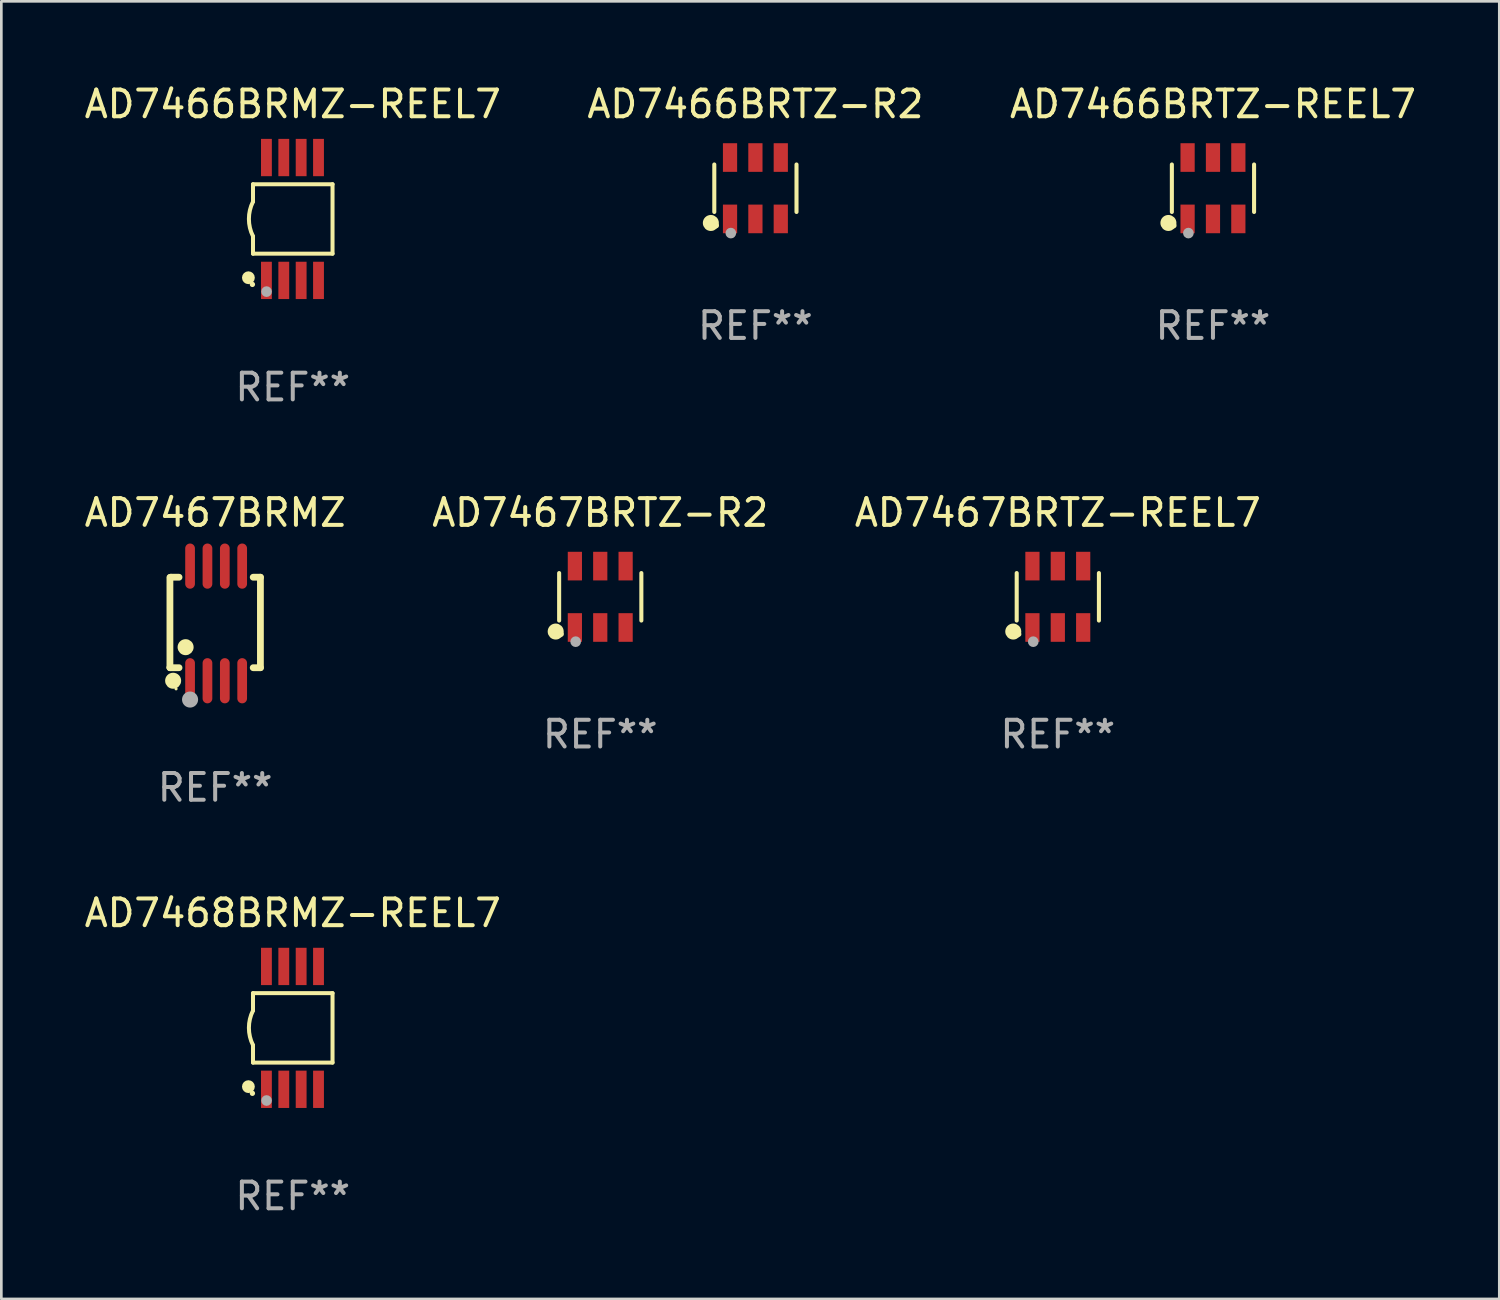
<source format=kicad_pcb>
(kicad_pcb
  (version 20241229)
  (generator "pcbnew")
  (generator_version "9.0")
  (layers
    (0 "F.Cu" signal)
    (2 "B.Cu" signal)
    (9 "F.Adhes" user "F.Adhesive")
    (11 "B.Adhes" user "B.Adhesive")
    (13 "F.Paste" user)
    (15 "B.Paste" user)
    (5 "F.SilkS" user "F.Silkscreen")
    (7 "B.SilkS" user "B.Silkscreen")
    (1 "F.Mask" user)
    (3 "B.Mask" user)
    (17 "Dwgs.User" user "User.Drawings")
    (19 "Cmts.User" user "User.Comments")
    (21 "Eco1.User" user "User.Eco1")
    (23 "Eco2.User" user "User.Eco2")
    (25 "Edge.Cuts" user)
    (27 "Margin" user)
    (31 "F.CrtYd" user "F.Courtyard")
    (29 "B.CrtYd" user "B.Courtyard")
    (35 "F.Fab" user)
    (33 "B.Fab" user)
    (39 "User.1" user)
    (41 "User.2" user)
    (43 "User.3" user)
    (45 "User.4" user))
  (footprint "AD7466BRTZ-R2"
    (layer "F.Cu")
    (at 25.232 3.997)
    (property "Reference" "AD7466BRTZ-R2" (at 0 -3.149 0) (layer "F.SilkS") (effects (font (size 1 1) (thickness 0.15))))
    (attr through_hole)
    (fp_line (start -1.539 0.889) (end -1.539 -0.889) (stroke (width 0.152) (type solid)) (layer "F.SilkS"))
    (fp_line (start 1.539 0.889) (end 1.539 -0.889) (stroke (width 0.152) (type solid)) (layer "F.SilkS"))
    (fp_circle (center -1.668 1.301) (end -1.518 1.301) (stroke (width 0.3) (type solid)) (fill no) (layer "F.SilkS"))
    (fp_circle (center -1.463 1.4) (end -1.413 1.4) (stroke (width 0.1) (type solid)) (fill no) (layer "F.SilkS"))
    (fp_circle (center -0.92 1.68) (end -0.82 1.68) (stroke (width 0.2) (type solid)) (fill no) (layer "F.Fab"))
    (fp_text user "REF**" (at 0 5.149 0) (layer "F.Fab") (effects (font (size 1 1) (thickness 0.15))))
    (pad "1" smd rect (at -0.95 1.149) (size 0.532 1.072) (layers "F.Cu" "F.Mask" "F.Paste"))
    (pad "2" smd rect (at 0 1.149) (size 0.532 1.072) (layers "F.Cu" "F.Mask" "F.Paste"))
    (pad "3" smd rect (at 0.95 1.149) (size 0.532 1.072) (layers "F.Cu" "F.Mask" "F.Paste"))
    (pad "4" smd rect (at 0.95 -1.149) (size 0.532 1.072) (layers "F.Cu" "F.Mask" "F.Paste"))
    (pad "5" smd rect (at 0 -1.149) (size 0.532 1.072) (layers "F.Cu" "F.Mask" "F.Paste"))
    (pad "6" smd rect (at -0.95 -1.149) (size 0.532 1.072) (layers "F.Cu" "F.Mask" "F.Paste")))
  (footprint "AD7467BRMZ"
    (layer "F.Cu")
    (at 5.006 20.291)
    (property "Reference" "AD7467BRMZ" (at 0 -4.146 0) (layer "F.SilkS") (effects (font (size 1 1) (thickness 0.15))))
    (attr through_hole)
    (fp_line (start -1.694 -1.724) (end -1.694 1.652) (stroke (width 0.254) (type solid)) (layer "F.SilkS"))
    (fp_line (start -1.694 1.652) (end -1.688 1.658) (stroke (width 0.254) (type solid)) (layer "F.SilkS"))
    (fp_line (start -1.688 1.658) (end -1.353 1.658) (stroke (width 0.254) (type solid)) (layer "F.SilkS"))
    (fp_line (start -1.661 -1.73) (end -1.681 -1.71) (stroke (width 0.254) (type solid)) (layer "F.SilkS"))
    (fp_line (start -1.353 -1.73) (end -1.661 -1.73) (stroke (width 0.254) (type solid)) (layer "F.SilkS"))
    (fp_line (start 1.424 1.658) (end 1.694 1.658) (stroke (width 0.254) (type solid)) (layer "F.SilkS"))
    (fp_line (start 1.694 -1.73) (end 1.424 -1.73) (stroke (width 0.254) (type solid)) (layer "F.SilkS"))
    (fp_line (start 1.694 1.658) (end 1.694 -1.73) (stroke (width 0.254) (type solid)) (layer "F.SilkS"))
    (fp_circle (center -1.574 2.146) (end -1.424 2.146) (stroke (width 0.3) (type solid)) (fill no) (layer "F.SilkS"))
    (fp_circle (center -1.464 2.45) (end -1.434 2.45) (stroke (width 0.06) (type solid)) (fill no) (layer "F.SilkS"))
    (fp_circle (center -1.107 0.889) (end -0.957 0.889) (stroke (width 0.3) (type solid)) (fill no) (layer "F.SilkS"))
    (fp_circle (center -0.94 2.85) (end -0.789 2.85) (stroke (width 0.3) (type solid)) (fill no) (layer "F.Fab"))
    (fp_text user "REF**" (at 0 6.146 0) (layer "F.Fab") (effects (font (size 1 1) (thickness 0.15))))
    (pad "1" smd oval (at -0.94 2.146) (size 0.364 1.692) (layers "F.Cu" "F.Mask" "F.Paste"))
    (pad "2" smd oval (at -0.289 2.146) (size 0.364 1.692) (layers "F.Cu" "F.Mask" "F.Paste"))
    (pad "3" smd oval (at 0.361 2.146) (size 0.364 1.692) (layers "F.Cu" "F.Mask" "F.Paste"))
    (pad "4" smd oval (at 1.011 2.146) (size 0.364 1.692) (layers "F.Cu" "F.Mask" "F.Paste"))
    (pad "5" smd oval (at 1.011 -2.146) (size 0.364 1.692) (layers "F.Cu" "F.Mask" "F.Paste"))
    (pad "6" smd oval (at 0.361 -2.146) (size 0.364 1.692) (layers "F.Cu" "F.Mask" "F.Paste"))
    (pad "7" smd oval (at -0.289 -2.146) (size 0.364 1.692) (layers "F.Cu" "F.Mask" "F.Paste"))
    (pad "8" smd oval (at -0.94 -2.146) (size 0.364 1.692) (layers "F.Cu" "F.Mask" "F.Paste")))
  (footprint "AD7466BRTZ-REEL7"
    (layer "F.Cu")
    (at 42.363 3.997)
    (property "Reference" "AD7466BRTZ-REEL7" (at 0 -3.149 0) (layer "F.SilkS") (effects (font (size 1 1) (thickness 0.15))))
    (attr through_hole)
    (fp_line (start -1.539 0.889) (end -1.539 -0.889) (stroke (width 0.152) (type solid)) (layer "F.SilkS"))
    (fp_line (start 1.539 0.889) (end 1.539 -0.889) (stroke (width 0.152) (type solid)) (layer "F.SilkS"))
    (fp_circle (center -1.668 1.301) (end -1.518 1.301) (stroke (width 0.3) (type solid)) (fill no) (layer "F.SilkS"))
    (fp_circle (center -1.463 1.4) (end -1.413 1.4) (stroke (width 0.1) (type solid)) (fill no) (layer "F.SilkS"))
    (fp_circle (center -0.92 1.68) (end -0.82 1.68) (stroke (width 0.2) (type solid)) (fill no) (layer "F.Fab"))
    (fp_text user "REF**" (at 0 5.149 0) (layer "F.Fab") (effects (font (size 1 1) (thickness 0.15))))
    (pad "1" smd rect (at -0.95 1.149) (size 0.532 1.072) (layers "F.Cu" "F.Mask" "F.Paste"))
    (pad "2" smd rect (at 0 1.149) (size 0.532 1.072) (layers "F.Cu" "F.Mask" "F.Paste"))
    (pad "3" smd rect (at 0.95 1.149) (size 0.532 1.072) (layers "F.Cu" "F.Mask" "F.Paste"))
    (pad "4" smd rect (at 0.95 -1.149) (size 0.532 1.072) (layers "F.Cu" "F.Mask" "F.Paste"))
    (pad "5" smd rect (at 0 -1.149) (size 0.532 1.072) (layers "F.Cu" "F.Mask" "F.Paste"))
    (pad "6" smd rect (at -0.95 -1.149) (size 0.532 1.072) (layers "F.Cu" "F.Mask" "F.Paste")))
  (footprint "AD7468BRMZ-REEL7"
    (layer "F.Cu")
    (at 7.911 35.433)
    (property "Reference" "AD7468BRMZ-REEL7" (at 0 -4.3 0) (layer "F.SilkS") (effects (font (size 1 1) (thickness 0.15))))
    (attr through_hole)
    (fp_line (start -1.489 -1.3) (end -1.489 -0.648) (stroke (width 0.15) (type solid)) (layer "F.SilkS"))
    (fp_line (start -1.489 0.648) (end -1.489 1.3) (stroke (width 0.15) (type solid)) (layer "F.SilkS"))
    (fp_line (start -1.489 1.3) (end 1.489 1.3) (stroke (width 0.15) (type solid)) (layer "F.SilkS"))
    (fp_line (start 1.489 -1.3) (end -1.489 -1.3) (stroke (width 0.15) (type solid)) (layer "F.SilkS"))
    (fp_line (start 1.489 1.3) (end 1.489 -1.3) (stroke (width 0.15) (type solid)) (layer "F.SilkS"))
    (fp_arc (start -1.489205 0.647702) (mid -1.642107 0) (end -1.489205 -0.647701) (stroke (width 0.150013) (type solid)) (layer "F.SilkS"))
    (fp_circle (center -1.661 2.2) (end -1.541 2.2) (stroke (width 0.24) (type solid)) (fill no) (layer "F.SilkS"))
    (fp_circle (center -1.511 2.45) (end -1.461 2.45) (stroke (width 0.1) (type solid)) (fill no) (layer "F.SilkS"))
    (fp_circle (center -0.981 2.72) (end -0.881 2.72) (stroke (width 0.2) (type solid)) (fill no) (layer "F.Fab"))
    (fp_text user "REF**" (at 0 6.3 0) (layer "F.Fab") (effects (font (size 1 1) (thickness 0.15))))
    (pad "1" smd rect (at -0.986 2.3) (size 0.406 1.397) (layers "F.Cu" "F.Mask" "F.Paste"))
    (pad "2" smd rect (at -0.336 2.3) (size 0.406 1.397) (layers "F.Cu" "F.Mask" "F.Paste"))
    (pad "3" smd rect (at 0.314 2.3) (size 0.406 1.397) (layers "F.Cu" "F.Mask" "F.Paste"))
    (pad "4" smd rect (at 0.964 2.3) (size 0.406 1.397) (layers "F.Cu" "F.Mask" "F.Paste"))
    (pad "5" smd rect (at 0.964 -2.3) (size 0.406 1.397) (layers "F.Cu" "F.Mask" "F.Paste"))
    (pad "6" smd rect (at 0.314 -2.3) (size 0.406 1.397) (layers "F.Cu" "F.Mask" "F.Paste"))
    (pad "7" smd rect (at -0.336 -2.3) (size 0.406 1.397) (layers "F.Cu" "F.Mask" "F.Paste"))
    (pad "8" smd rect (at -0.986 -2.3) (size 0.406 1.397) (layers "F.Cu" "F.Mask" "F.Paste")))
  (footprint "AD7467BRTZ-R2"
    (layer "F.Cu")
    (at 19.423 19.294)
    (property "Reference" "AD7467BRTZ-R2" (at 0 -3.149 0) (layer "F.SilkS") (effects (font (size 1 1) (thickness 0.15))))
    (attr through_hole)
    (fp_line (start -1.539 0.889) (end -1.539 -0.889) (stroke (width 0.152) (type solid)) (layer "F.SilkS"))
    (fp_line (start 1.539 0.889) (end 1.539 -0.889) (stroke (width 0.152) (type solid)) (layer "F.SilkS"))
    (fp_circle (center -1.668 1.301) (end -1.518 1.301) (stroke (width 0.3) (type solid)) (fill no) (layer "F.SilkS"))
    (fp_circle (center -1.463 1.4) (end -1.413 1.4) (stroke (width 0.1) (type solid)) (fill no) (layer "F.SilkS"))
    (fp_circle (center -0.92 1.68) (end -0.82 1.68) (stroke (width 0.2) (type solid)) (fill no) (layer "F.Fab"))
    (fp_text user "REF**" (at 0 5.149 0) (layer "F.Fab") (effects (font (size 1 1) (thickness 0.15))))
    (pad "1" smd rect (at -0.95 1.149) (size 0.532 1.072) (layers "F.Cu" "F.Mask" "F.Paste"))
    (pad "2" smd rect (at 0 1.149) (size 0.532 1.072) (layers "F.Cu" "F.Mask" "F.Paste"))
    (pad "3" smd rect (at 0.95 1.149) (size 0.532 1.072) (layers "F.Cu" "F.Mask" "F.Paste"))
    (pad "4" smd rect (at 0.95 -1.149) (size 0.532 1.072) (layers "F.Cu" "F.Mask" "F.Paste"))
    (pad "5" smd rect (at 0 -1.149) (size 0.532 1.072) (layers "F.Cu" "F.Mask" "F.Paste"))
    (pad "6" smd rect (at -0.95 -1.149) (size 0.532 1.072) (layers "F.Cu" "F.Mask" "F.Paste")))
  (footprint "AD7467BRTZ-REEL7"
    (layer "F.Cu")
    (at 36.554 19.294)
    (property "Reference" "AD7467BRTZ-REEL7" (at 0 -3.149 0) (layer "F.SilkS") (effects (font (size 1 1) (thickness 0.15))))
    (attr through_hole)
    (fp_line (start -1.539 0.889) (end -1.539 -0.889) (stroke (width 0.152) (type solid)) (layer "F.SilkS"))
    (fp_line (start 1.539 0.889) (end 1.539 -0.889) (stroke (width 0.152) (type solid)) (layer "F.SilkS"))
    (fp_circle (center -1.668 1.301) (end -1.518 1.301) (stroke (width 0.3) (type solid)) (fill no) (layer "F.SilkS"))
    (fp_circle (center -1.463 1.4) (end -1.413 1.4) (stroke (width 0.1) (type solid)) (fill no) (layer "F.SilkS"))
    (fp_circle (center -0.92 1.68) (end -0.82 1.68) (stroke (width 0.2) (type solid)) (fill no) (layer "F.Fab"))
    (fp_text user "REF**" (at 0 5.149 0) (layer "F.Fab") (effects (font (size 1 1) (thickness 0.15))))
    (pad "1" smd rect (at -0.95 1.149) (size 0.532 1.072) (layers "F.Cu" "F.Mask" "F.Paste"))
    (pad "2" smd rect (at 0 1.149) (size 0.532 1.072) (layers "F.Cu" "F.Mask" "F.Paste"))
    (pad "3" smd rect (at 0.95 1.149) (size 0.532 1.072) (layers "F.Cu" "F.Mask" "F.Paste"))
    (pad "4" smd rect (at 0.95 -1.149) (size 0.532 1.072) (layers "F.Cu" "F.Mask" "F.Paste"))
    (pad "5" smd rect (at 0 -1.149) (size 0.532 1.072) (layers "F.Cu" "F.Mask" "F.Paste"))
    (pad "6" smd rect (at -0.95 -1.149) (size 0.532 1.072) (layers "F.Cu" "F.Mask" "F.Paste")))
  (footprint "AD7466BRMZ-REEL7"
    (layer "F.Cu")
    (at 7.911 5.148)
    (property "Reference" "AD7466BRMZ-REEL7" (at 0 -4.3 0) (layer "F.SilkS") (effects (font (size 1 1) (thickness 0.15))))
    (attr through_hole)
    (fp_line (start -1.489 -1.3) (end -1.489 -0.648) (stroke (width 0.15) (type solid)) (layer "F.SilkS"))
    (fp_line (start -1.489 0.648) (end -1.489 1.3) (stroke (width 0.15) (type solid)) (layer "F.SilkS"))
    (fp_line (start -1.489 1.3) (end 1.489 1.3) (stroke (width 0.15) (type solid)) (layer "F.SilkS"))
    (fp_line (start 1.489 -1.3) (end -1.489 -1.3) (stroke (width 0.15) (type solid)) (layer "F.SilkS"))
    (fp_line (start 1.489 1.3) (end 1.489 -1.3) (stroke (width 0.15) (type solid)) (layer "F.SilkS"))
    (fp_arc (start -1.489205 0.647702) (mid -1.642107 0) (end -1.489205 -0.647701) (stroke (width 0.150013) (type solid)) (layer "F.SilkS"))
    (fp_circle (center -1.661 2.2) (end -1.541 2.2) (stroke (width 0.24) (type solid)) (fill no) (layer "F.SilkS"))
    (fp_circle (center -1.511 2.45) (end -1.461 2.45) (stroke (width 0.1) (type solid)) (fill no) (layer "F.SilkS"))
    (fp_circle (center -0.981 2.72) (end -0.881 2.72) (stroke (width 0.2) (type solid)) (fill no) (layer "F.Fab"))
    (fp_text user "REF**" (at 0 6.3 0) (layer "F.Fab") (effects (font (size 1 1) (thickness 0.15))))
    (pad "1" smd rect (at -0.986 2.3) (size 0.406 1.397) (layers "F.Cu" "F.Mask" "F.Paste"))
    (pad "2" smd rect (at -0.336 2.3) (size 0.406 1.397) (layers "F.Cu" "F.Mask" "F.Paste"))
    (pad "3" smd rect (at 0.314 2.3) (size 0.406 1.397) (layers "F.Cu" "F.Mask" "F.Paste"))
    (pad "4" smd rect (at 0.964 2.3) (size 0.406 1.397) (layers "F.Cu" "F.Mask" "F.Paste"))
    (pad "5" smd rect (at 0.964 -2.3) (size 0.406 1.397) (layers "F.Cu" "F.Mask" "F.Paste"))
    (pad "6" smd rect (at 0.314 -2.3) (size 0.406 1.397) (layers "F.Cu" "F.Mask" "F.Paste"))
    (pad "7" smd rect (at -0.336 -2.3) (size 0.406 1.397) (layers "F.Cu" "F.Mask" "F.Paste"))
    (pad "8" smd rect (at -0.986 -2.3) (size 0.406 1.397) (layers "F.Cu" "F.Mask" "F.Paste")))
  (gr_rect
    (start -3 -3)
    (end 53.083 45.581)
    (stroke (width 0.1) (type default))
    (fill no)
    (layer "Edge.Cuts")))
</source>
